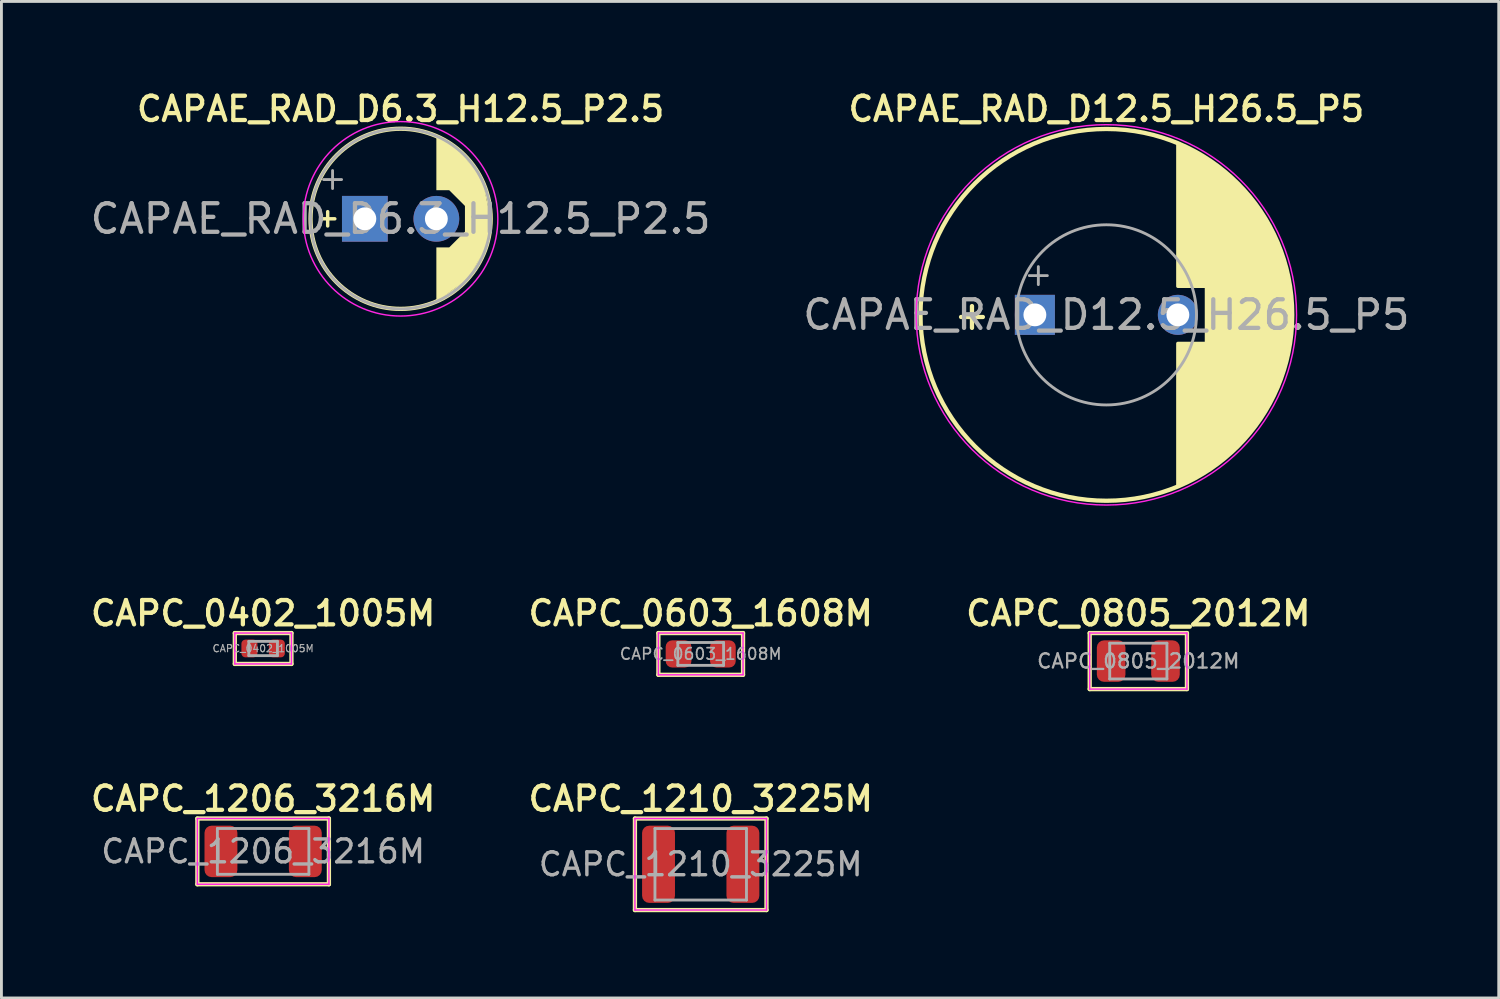
<source format=kicad_pcb>
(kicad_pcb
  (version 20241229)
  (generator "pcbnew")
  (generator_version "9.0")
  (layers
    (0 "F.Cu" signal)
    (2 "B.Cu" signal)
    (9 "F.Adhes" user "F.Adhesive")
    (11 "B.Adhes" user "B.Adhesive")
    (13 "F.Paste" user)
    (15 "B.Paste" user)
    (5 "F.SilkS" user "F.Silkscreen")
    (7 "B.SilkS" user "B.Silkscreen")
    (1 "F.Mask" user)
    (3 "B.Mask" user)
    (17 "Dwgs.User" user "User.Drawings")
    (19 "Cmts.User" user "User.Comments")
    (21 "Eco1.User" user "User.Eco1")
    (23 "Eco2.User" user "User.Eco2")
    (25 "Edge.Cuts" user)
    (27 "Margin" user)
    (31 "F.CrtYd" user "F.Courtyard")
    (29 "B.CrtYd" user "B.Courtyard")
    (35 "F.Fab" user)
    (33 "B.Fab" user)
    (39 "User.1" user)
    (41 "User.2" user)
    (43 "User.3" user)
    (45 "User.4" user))
  (footprint "CAPC_0402_1005M"
    (layer "F.Cu")
    (at 6.151 19.626)
    (property "Reference" "CAPC_0402_1005M" (at 0 -1.23 0) (layer "F.SilkS") (effects (font (size 0.85 0.85) (thickness 0.15))))
    (attr smd)
    (fp_line (start -0.99 -0.54) (end 0.99 -0.54) (stroke (width 0.15) (type solid)) (layer "F.SilkS"))
    (fp_line (start -0.99 0.54) (end -0.99 -0.54) (stroke (width 0.15) (type solid)) (layer "F.SilkS"))
    (fp_line (start 0.99 -0.54) (end 0.99 0.54) (stroke (width 0.15) (type solid)) (layer "F.SilkS"))
    (fp_line (start 0.99 0.54) (end -0.99 0.54) (stroke (width 0.15) (type solid)) (layer "F.SilkS"))
    (fp_line (start -0.99 -0.54) (end 0.99 -0.54) (stroke (width 0.05) (type solid)) (layer "F.CrtYd"))
    (fp_line (start -0.99 0.54) (end -0.99 -0.54) (stroke (width 0.05) (type solid)) (layer "F.CrtYd"))
    (fp_line (start 0.99 -0.54) (end 0.99 0.54) (stroke (width 0.05) (type solid)) (layer "F.CrtYd"))
    (fp_line (start 0.99 0.54) (end -0.99 0.54) (stroke (width 0.05) (type solid)) (layer "F.CrtYd"))
    (fp_line (start -0.5 -0.25) (end 0.5 -0.25) (stroke (width 0.1) (type solid)) (layer "F.Fab"))
    (fp_line (start -0.5 0.25) (end -0.5 -0.25) (stroke (width 0.1) (type solid)) (layer "F.Fab"))
    (fp_line (start 0.5 -0.25) (end 0.5 0.25) (stroke (width 0.1) (type solid)) (layer "F.Fab"))
    (fp_line (start 0.5 0.25) (end -0.5 0.25) (stroke (width 0.1) (type solid)) (layer "F.Fab"))
    (fp_text user "${REFERENCE}" (at 0 0 0) (layer "F.Fab") (effects (font (size 0.25 0.25) (thickness 0.04))))
    (pad "1" smd roundrect (at -0.48 0) (size 0.56 0.62) (layers "F.Cu" "F.Mask" "F.Paste") (roundrect_rratio 0.25))
    (pad "2" smd roundrect (at 0.48 0) (size 0.56 0.62) (layers "F.Cu" "F.Mask" "F.Paste") (roundrect_rratio 0.25)))
  (footprint "CAPC_1206_3216M"
    (layer "F.Cu")
    (at 6.151 26.721)
    (property "Reference" "CAPC_1206_3216M" (at 0 -1.84 0) (layer "F.SilkS") (effects (font (size 0.85 0.85) (thickness 0.15))))
    (attr smd)
    (fp_line (start -2.3 -1.15) (end 2.3 -1.15) (stroke (width 0.15) (type solid)) (layer "F.SilkS"))
    (fp_line (start -2.3 1.15) (end -2.3 -1.15) (stroke (width 0.15) (type solid)) (layer "F.SilkS"))
    (fp_line (start 2.3 -1.15) (end 2.3 1.15) (stroke (width 0.15) (type solid)) (layer "F.SilkS"))
    (fp_line (start 2.3 1.15) (end -2.3 1.15) (stroke (width 0.15) (type solid)) (layer "F.SilkS"))
    (fp_line (start -2.3 -1.15) (end 2.3 -1.15) (stroke (width 0.05) (type solid)) (layer "F.CrtYd"))
    (fp_line (start -2.3 1.15) (end -2.3 -1.15) (stroke (width 0.05) (type solid)) (layer "F.CrtYd"))
    (fp_line (start 2.3 -1.15) (end 2.3 1.15) (stroke (width 0.05) (type solid)) (layer "F.CrtYd"))
    (fp_line (start 2.3 1.15) (end -2.3 1.15) (stroke (width 0.05) (type solid)) (layer "F.CrtYd"))
    (fp_line (start -1.6 -0.8) (end 1.6 -0.8) (stroke (width 0.1) (type solid)) (layer "F.Fab"))
    (fp_line (start -1.6 0.8) (end -1.6 -0.8) (stroke (width 0.1) (type solid)) (layer "F.Fab"))
    (fp_line (start 1.6 -0.8) (end 1.6 0.8) (stroke (width 0.1) (type solid)) (layer "F.Fab"))
    (fp_line (start 1.6 0.8) (end -1.6 0.8) (stroke (width 0.1) (type solid)) (layer "F.Fab"))
    (fp_text user "${REFERENCE}" (at 0 0 0) (layer "F.Fab") (effects (font (size 0.8 0.8) (thickness 0.12))))
    (pad "1" smd roundrect (at -1.475 0) (size 1.15 1.8) (layers "F.Cu" "F.Mask" "F.Paste") (roundrect_rratio 0.217))
    (pad "2" smd roundrect (at 1.475 0) (size 1.15 1.8) (layers "F.Cu" "F.Mask" "F.Paste") (roundrect_rratio 0.217)))
  (footprint "CAPC_0603_1608M"
    (layer "F.Cu")
    (at 21.452 19.816)
    (property "Reference" "CAPC_0603_1608M" (at 0 -1.42 0) (layer "F.SilkS") (effects (font (size 0.85 0.85) (thickness 0.15))))
    (attr smd)
    (fp_line (start -1.48 -0.73) (end 1.48 -0.73) (stroke (width 0.15) (type solid)) (layer "F.SilkS"))
    (fp_line (start -1.48 0.73) (end -1.48 -0.73) (stroke (width 0.15) (type solid)) (layer "F.SilkS"))
    (fp_line (start 1.48 -0.73) (end 1.48 0.73) (stroke (width 0.15) (type solid)) (layer "F.SilkS"))
    (fp_line (start 1.48 0.73) (end -1.48 0.73) (stroke (width 0.15) (type solid)) (layer "F.SilkS"))
    (fp_line (start -1.48 -0.73) (end 1.48 -0.73) (stroke (width 0.05) (type solid)) (layer "F.CrtYd"))
    (fp_line (start -1.48 0.73) (end -1.48 -0.73) (stroke (width 0.05) (type solid)) (layer "F.CrtYd"))
    (fp_line (start 1.48 -0.73) (end 1.48 0.73) (stroke (width 0.05) (type solid)) (layer "F.CrtYd"))
    (fp_line (start 1.48 0.73) (end -1.48 0.73) (stroke (width 0.05) (type solid)) (layer "F.CrtYd"))
    (fp_line (start -0.8 -0.4) (end 0.8 -0.4) (stroke (width 0.1) (type solid)) (layer "F.Fab"))
    (fp_line (start -0.8 0.4) (end -0.8 -0.4) (stroke (width 0.1) (type solid)) (layer "F.Fab"))
    (fp_line (start 0.8 -0.4) (end 0.8 0.4) (stroke (width 0.1) (type solid)) (layer "F.Fab"))
    (fp_line (start 0.8 0.4) (end -0.8 0.4) (stroke (width 0.1) (type solid)) (layer "F.Fab"))
    (fp_text user "${REFERENCE}" (at 0 0 0) (layer "F.Fab") (effects (font (size 0.4 0.4) (thickness 0.06))))
    (pad "1" smd roundrect (at -0.775 0) (size 0.9 0.95) (layers "F.Cu" "F.Mask" "F.Paste") (roundrect_rratio 0.25))
    (pad "2" smd roundrect (at 0.775 0) (size 0.9 0.95) (layers "F.Cu" "F.Mask" "F.Paste") (roundrect_rratio 0.25)))
  (footprint "CAPC_1210_3225M"
    (layer "F.Cu")
    (at 21.452 27.172)
    (property "Reference" "CAPC_1210_3225M" (at 0 -2.29 0) (layer "F.SilkS") (effects (font (size 0.85 0.85) (thickness 0.15))))
    (attr smd)
    (fp_line (start -2.3 -1.6) (end 2.3 -1.6) (stroke (width 0.15) (type solid)) (layer "F.SilkS"))
    (fp_line (start -2.3 1.6) (end -2.3 -1.6) (stroke (width 0.15) (type solid)) (layer "F.SilkS"))
    (fp_line (start 2.3 -1.6) (end 2.3 1.6) (stroke (width 0.15) (type solid)) (layer "F.SilkS"))
    (fp_line (start 2.3 1.6) (end -2.3 1.6) (stroke (width 0.15) (type solid)) (layer "F.SilkS"))
    (fp_line (start -2.3 -1.6) (end 2.3 -1.6) (stroke (width 0.05) (type solid)) (layer "F.CrtYd"))
    (fp_line (start -2.3 1.6) (end -2.3 -1.6) (stroke (width 0.05) (type solid)) (layer "F.CrtYd"))
    (fp_line (start 2.3 -1.6) (end 2.3 1.6) (stroke (width 0.05) (type solid)) (layer "F.CrtYd"))
    (fp_line (start 2.3 1.6) (end -2.3 1.6) (stroke (width 0.05) (type solid)) (layer "F.CrtYd"))
    (fp_line (start -1.6 -1.25) (end 1.6 -1.25) (stroke (width 0.1) (type solid)) (layer "F.Fab"))
    (fp_line (start -1.6 1.25) (end -1.6 -1.25) (stroke (width 0.1) (type solid)) (layer "F.Fab"))
    (fp_line (start 1.6 -1.25) (end 1.6 1.25) (stroke (width 0.1) (type solid)) (layer "F.Fab"))
    (fp_line (start 1.6 1.25) (end -1.6 1.25) (stroke (width 0.1) (type solid)) (layer "F.Fab"))
    (fp_text user "${REFERENCE}" (at 0 0 0) (layer "F.Fab") (effects (font (size 0.8 0.8) (thickness 0.12))))
    (pad "1" smd roundrect (at -1.475 0) (size 1.15 2.7) (layers "F.Cu" "F.Mask" "F.Paste") (roundrect_rratio 0.217))
    (pad "2" smd roundrect (at 1.475 0) (size 1.15 2.7) (layers "F.Cu" "F.Mask" "F.Paste") (roundrect_rratio 0.217)))
  (footprint "CAPC_0805_2012M"
    (layer "F.Cu")
    (at 36.754 20.066)
    (property "Reference" "CAPC_0805_2012M" (at 0 -1.67 0) (layer "F.SilkS") (effects (font (size 0.85 0.85) (thickness 0.15))))
    (attr smd)
    (fp_line (start -1.7 -0.98) (end 1.7 -0.98) (stroke (width 0.15) (type solid)) (layer "F.SilkS"))
    (fp_line (start -1.7 0.98) (end -1.7 -0.98) (stroke (width 0.15) (type solid)) (layer "F.SilkS"))
    (fp_line (start 1.7 -0.98) (end 1.7 0.98) (stroke (width 0.15) (type solid)) (layer "F.SilkS"))
    (fp_line (start 1.7 0.98) (end -1.7 0.98) (stroke (width 0.15) (type solid)) (layer "F.SilkS"))
    (fp_line (start -1.7 -0.98) (end 1.7 -0.98) (stroke (width 0.05) (type solid)) (layer "F.CrtYd"))
    (fp_line (start -1.7 0.98) (end -1.7 -0.98) (stroke (width 0.05) (type solid)) (layer "F.CrtYd"))
    (fp_line (start 1.7 -0.98) (end 1.7 0.98) (stroke (width 0.05) (type solid)) (layer "F.CrtYd"))
    (fp_line (start 1.7 0.98) (end -1.7 0.98) (stroke (width 0.05) (type solid)) (layer "F.CrtYd"))
    (fp_line (start -1 -0.625) (end 1 -0.625) (stroke (width 0.1) (type solid)) (layer "F.Fab"))
    (fp_line (start -1 0.625) (end -1 -0.625) (stroke (width 0.1) (type solid)) (layer "F.Fab"))
    (fp_line (start 1 -0.625) (end 1 0.625) (stroke (width 0.1) (type solid)) (layer "F.Fab"))
    (fp_line (start 1 0.625) (end -1 0.625) (stroke (width 0.1) (type solid)) (layer "F.Fab"))
    (fp_text user "${REFERENCE}" (at 0 0 0) (layer "F.Fab") (effects (font (size 0.5 0.5) (thickness 0.08))))
    (pad "1" smd roundrect (at -0.95 0) (size 1 1.45) (layers "F.Cu" "F.Mask" "F.Paste") (roundrect_rratio 0.25))
    (pad "2" smd roundrect (at 0.95 0) (size 1 1.45) (layers "F.Cu" "F.Mask" "F.Paste") (roundrect_rratio 0.25)))
  (footprint "CAPAE_RAD_D12.5_H26.5_P5"
    (layer "F.Cu")
    (at 35.637 7.96)
    (property "Reference" "CAPAE_RAD_D12.5_H26.5_P5" (at 0 -7.2 0) (layer "F.SilkS") (effects (font (size 0.85 0.85) (thickness 0.15))))
    (attr through_hole)
    (fp_line (start -2.55 -0.25) (end -2.55 0.25) (stroke (width 0.12) (type solid)) (layer "F.SilkS"))
    (fp_line (start -2.3 0) (end -2.8 0) (stroke (width 0.12) (type solid)) (layer "F.SilkS"))
    (fp_circle (center 0 0) (end 6.5 0) (stroke (width 0.15) (type solid)) (fill no) (layer "F.SilkS"))
    (fp_poly (pts (xy 3.7 -5.3) (xy 4.6 -4.5) (xy 5.4 -3.5) (xy 5.9 -2.7) (xy 6.3 -1.4) (xy 6.5 0) (xy 6.1 2.2) (xy 5.6 3.2) (xy 4.8 4.3) (xy 4 5.1) (xy 3 5.7) (xy 2.5 6) (xy 2.5 1) (xy 3.5 1) (xy 3.5 -1) (xy 2.5 -1) (xy 2.5 -6)) (stroke (width 0.12) (type solid)) (fill yes) (layer "F.SilkS"))
    (fp_circle (center 0 0) (end 6.65 0) (stroke (width 0.05) (type solid)) (fill no) (layer "F.CrtYd"))
    (fp_line (start -2.694 -1.373) (end -2.064 -1.373) (stroke (width 0.1) (type solid)) (layer "F.Fab"))
    (fp_line (start -2.379 -1.688) (end -2.379 -1.058) (stroke (width 0.1) (type solid)) (layer "F.Fab"))
    (fp_circle (center 0 0) (end 3.15 0) (stroke (width 0.1) (type solid)) (fill no) (layer "F.Fab"))
    (fp_text user "+" (at -4.7 0 0) (unlocked yes) (layer "F.SilkS") (effects (font (size 1 1) (thickness 0.15))))
    (fp_text user "${REFERENCE}" (at 0 0 0) (layer "F.Fab") (effects (font (size 1 1) (thickness 0.15))))
    (pad "1" thru_hole rect (at -2.5 0) (size 1.4 1.4) (drill 0.8) (layers "*.Cu" "*.Mask"))
    (pad "2" thru_hole circle (at 2.5 0) (size 1.4 1.4) (drill 0.8) (layers "*.Cu" "*.Mask")))
  (footprint "CAPAE_RAD_D6.3_H12.5_P2.5"
    (layer "F.Cu")
    (at 10.958 4.601)
    (property "Reference" "CAPAE_RAD_D6.3_H12.5_P2.5" (at 0 -3.84 0) (layer "F.SilkS") (effects (font (size 0.85 0.85) (thickness 0.15))))
    (attr through_hole)
    (fp_line (start -2.55 -0.25) (end -2.55 0.25) (stroke (width 0.12) (type solid)) (layer "F.SilkS"))
    (fp_line (start -2.3 0) (end -2.8 0) (stroke (width 0.12) (type solid)) (layer "F.SilkS"))
    (fp_circle (center 0 0) (end 3.15 0) (stroke (width 0.15) (type solid)) (fill no) (layer "F.SilkS"))
    (fp_poly (pts (xy 1.95 -2.5) (xy 2.85 -1.4) (xy 3.15 0) (xy 3.05 0.9) (xy 2.35 2.1) (xy 1.25 2.9) (xy 1.25 1) (xy 1.7 1) (xy 2.25 0.45) (xy 2.25 -0.45) (xy 1.7 -1) (xy 1.25 -1) (xy 1.25 -2.9)) (stroke (width 0) (type solid)) (fill yes) (layer "F.SilkS"))
    (fp_circle (center 0 0) (end 3.4 0) (stroke (width 0.05) (type solid)) (fill no) (layer "F.CrtYd"))
    (fp_line (start -2.694 -1.373) (end -2.064 -1.373) (stroke (width 0.1) (type solid)) (layer "F.Fab"))
    (fp_line (start -2.379 -1.688) (end -2.379 -1.058) (stroke (width 0.1) (type solid)) (layer "F.Fab"))
    (fp_circle (center 0 0) (end 3.15 0) (stroke (width 0.1) (type solid)) (fill no) (layer "F.Fab"))
    (fp_text user "${REFERENCE}" (at 0 0 0) (layer "F.Fab") (effects (font (size 1 1) (thickness 0.15))))
    (pad "1" thru_hole rect (at -1.25 0) (size 1.6 1.6) (drill 0.8) (layers "*.Cu" "*.Mask"))
    (pad "2" thru_hole circle (at 1.25 0) (size 1.6 1.6) (drill 0.8) (layers "*.Cu" "*.Mask")))
  (gr_rect
    (start -3 -3)
    (end 49.357 31.846)
    (stroke (width 0.1) (type default))
    (fill no)
    (layer "Edge.Cuts")))
</source>
